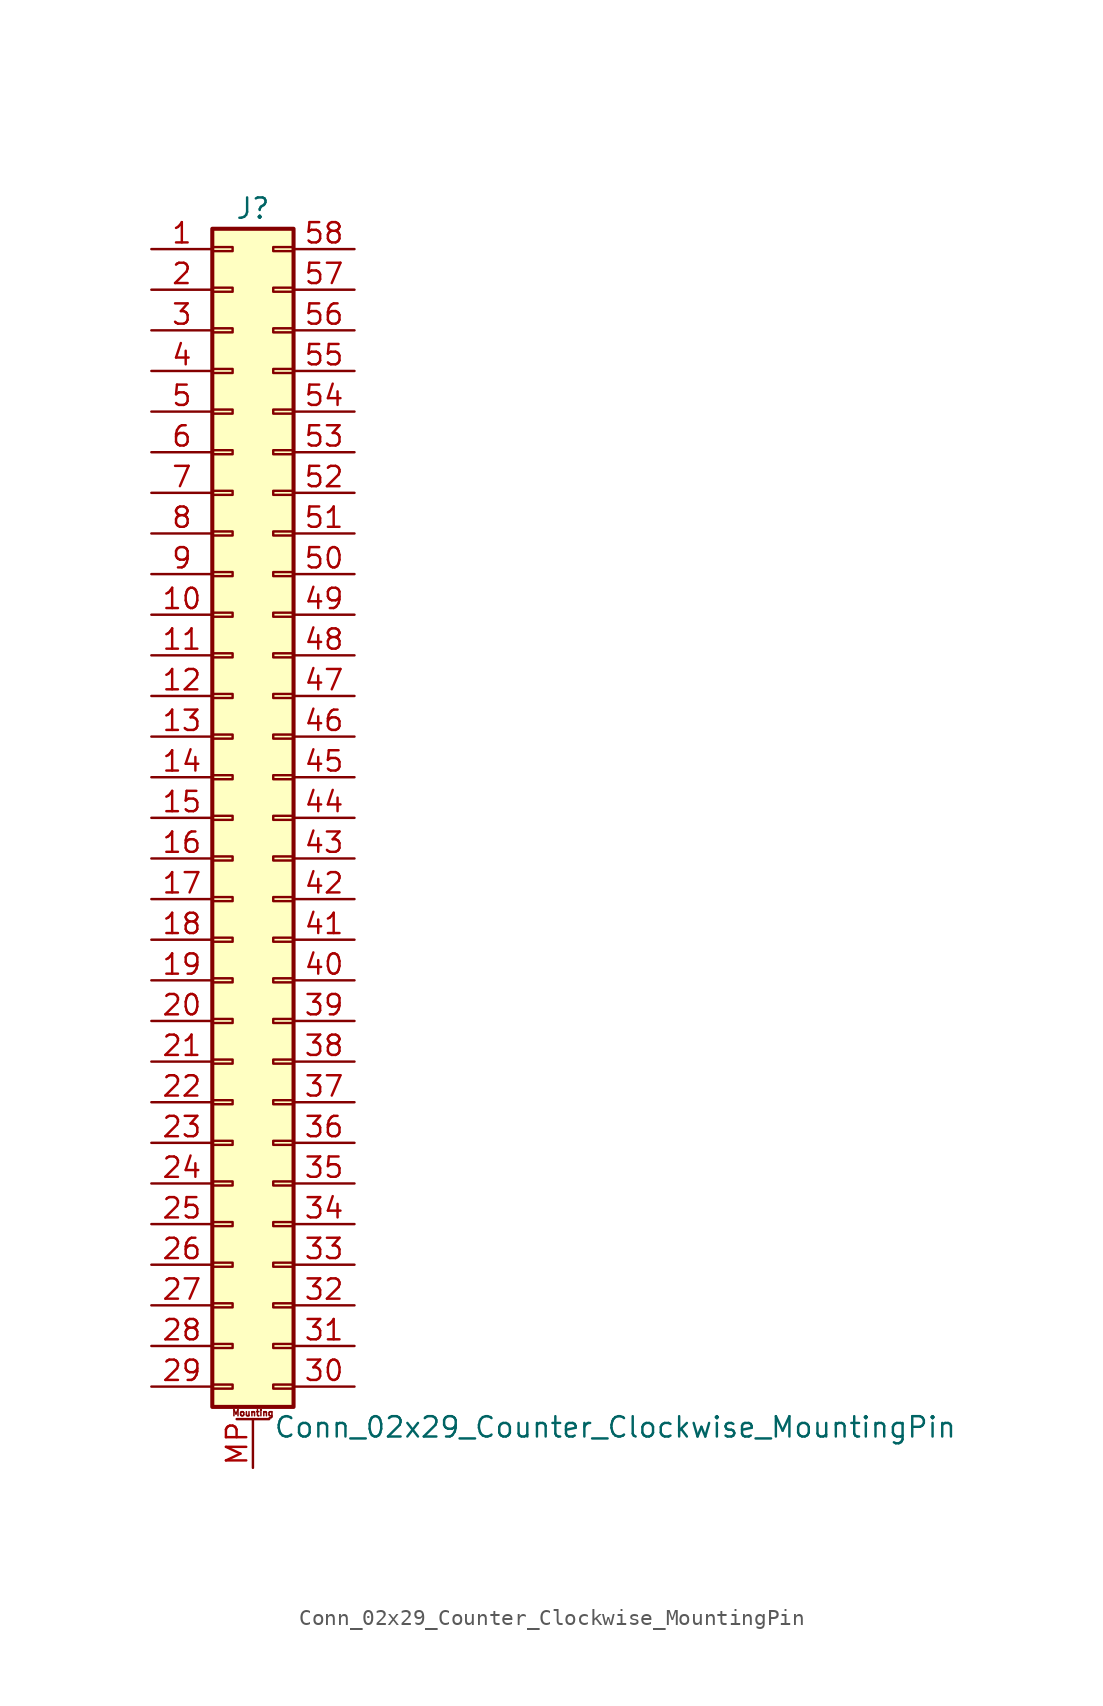
<source format=kicad_sym>
(kicad_symbol_lib
  (version 20220914)
  (generator kicad_symbol_editor)
  (symbol "Conn_02x29_Counter_Clockwise_MountingPin"
    (pin_names
      (offset 1.016) hide)
    (property "Reference" "J"
      (at 1.27 38.1 0)
      (effects (font (size 1.27 1.27))))
    (property "Value" "Conn_02x29_Counter_Clockwise_MountingPin"
      (at 2.54 -38.1 0)
      (effects (font (size 1.27 1.27)) (justify left)))
    (symbol "Conn_02x29_Counter_Clockwise_MountingPin_1_1"
      (rectangle (start -1.27 -35.433) (end 0 -35.687) (stroke (width 0.152) (type default)) (fill (type none)))
      (rectangle (start -1.27 -32.893) (end 0 -33.147) (stroke (width 0.152) (type default)) (fill (type none)))
      (rectangle (start -1.27 -30.353) (end 0 -30.607) (stroke (width 0.152) (type default)) (fill (type none)))
      (rectangle (start -1.27 -27.813) (end 0 -28.067) (stroke (width 0.152) (type default)) (fill (type none)))
      (rectangle (start -1.27 -25.273) (end 0 -25.527) (stroke (width 0.152) (type default)) (fill (type none)))
      (rectangle (start -1.27 -22.733) (end 0 -22.987) (stroke (width 0.152) (type default)) (fill (type none)))
      (rectangle (start -1.27 -20.193) (end 0 -20.447) (stroke (width 0.152) (type default)) (fill (type none)))
      (rectangle (start -1.27 -17.653) (end 0 -17.907) (stroke (width 0.152) (type default)) (fill (type none)))
      (rectangle (start -1.27 -15.113) (end 0 -15.367) (stroke (width 0.152) (type default)) (fill (type none)))
      (rectangle (start -1.27 -12.573) (end 0 -12.827) (stroke (width 0.152) (type default)) (fill (type none)))
      (rectangle (start -1.27 -10.033) (end 0 -10.287) (stroke (width 0.152) (type default)) (fill (type none)))
      (rectangle (start -1.27 -7.493) (end 0 -7.747) (stroke (width 0.152) (type default)) (fill (type none)))
      (rectangle (start -1.27 -4.953) (end 0 -5.207) (stroke (width 0.152) (type default)) (fill (type none)))
      (rectangle (start -1.27 -2.413) (end 0 -2.667) (stroke (width 0.152) (type default)) (fill (type none)))
      (rectangle (start -1.27 0.127) (end 0 -0.127) (stroke (width 0.152) (type default)) (fill (type none)))
      (rectangle (start -1.27 2.667) (end 0 2.413) (stroke (width 0.152) (type default)) (fill (type none)))
      (rectangle (start -1.27 5.207) (end 0 4.953) (stroke (width 0.152) (type default)) (fill (type none)))
      (rectangle (start -1.27 7.747) (end 0 7.493) (stroke (width 0.152) (type default)) (fill (type none)))
      (rectangle (start -1.27 10.287) (end 0 10.033) (stroke (width 0.152) (type default)) (fill (type none)))
      (rectangle (start -1.27 12.827) (end 0 12.573) (stroke (width 0.152) (type default)) (fill (type none)))
      (rectangle (start -1.27 15.367) (end 0 15.113) (stroke (width 0.152) (type default)) (fill (type none)))
      (rectangle (start -1.27 17.907) (end 0 17.653) (stroke (width 0.152) (type default)) (fill (type none)))
      (rectangle (start -1.27 20.447) (end 0 20.193) (stroke (width 0.152) (type default)) (fill (type none)))
      (rectangle (start -1.27 22.987) (end 0 22.733) (stroke (width 0.152) (type default)) (fill (type none)))
      (rectangle (start -1.27 25.527) (end 0 25.273) (stroke (width 0.152) (type default)) (fill (type none)))
      (rectangle (start -1.27 28.067) (end 0 27.813) (stroke (width 0.152) (type default)) (fill (type none)))
      (rectangle (start -1.27 30.607) (end 0 30.353) (stroke (width 0.152) (type default)) (fill (type none)))
      (rectangle (start -1.27 33.147) (end 0 32.893) (stroke (width 0.152) (type default)) (fill (type none)))
      (rectangle (start -1.27 35.687) (end 0 35.433) (stroke (width 0.152) (type default)) (fill (type none)))
      (rectangle (start -1.27 36.83) (end 3.81 -36.83) (stroke (width 0.254) (type default)) (fill (type background)))
      (polyline (pts (xy 0.254 -37.592) (xy 2.286 -37.592)) (stroke (width 0.152) (type default)) (fill (type none)))
      (rectangle (start 3.81 -35.433) (end 2.54 -35.687) (stroke (width 0.152) (type default)) (fill (type none)))
      (rectangle (start 3.81 -32.893) (end 2.54 -33.147) (stroke (width 0.152) (type default)) (fill (type none)))
      (rectangle (start 3.81 -30.353) (end 2.54 -30.607) (stroke (width 0.152) (type default)) (fill (type none)))
      (rectangle (start 3.81 -27.813) (end 2.54 -28.067) (stroke (width 0.152) (type default)) (fill (type none)))
      (rectangle (start 3.81 -25.273) (end 2.54 -25.527) (stroke (width 0.152) (type default)) (fill (type none)))
      (rectangle (start 3.81 -22.733) (end 2.54 -22.987) (stroke (width 0.152) (type default)) (fill (type none)))
      (rectangle (start 3.81 -20.193) (end 2.54 -20.447) (stroke (width 0.152) (type default)) (fill (type none)))
      (rectangle (start 3.81 -17.653) (end 2.54 -17.907) (stroke (width 0.152) (type default)) (fill (type none)))
      (rectangle (start 3.81 -15.113) (end 2.54 -15.367) (stroke (width 0.152) (type default)) (fill (type none)))
      (rectangle (start 3.81 -12.573) (end 2.54 -12.827) (stroke (width 0.152) (type default)) (fill (type none)))
      (rectangle (start 3.81 -10.033) (end 2.54 -10.287) (stroke (width 0.152) (type default)) (fill (type none)))
      (rectangle (start 3.81 -7.493) (end 2.54 -7.747) (stroke (width 0.152) (type default)) (fill (type none)))
      (rectangle (start 3.81 -4.953) (end 2.54 -5.207) (stroke (width 0.152) (type default)) (fill (type none)))
      (rectangle (start 3.81 -2.413) (end 2.54 -2.667) (stroke (width 0.152) (type default)) (fill (type none)))
      (rectangle (start 3.81 0.127) (end 2.54 -0.127) (stroke (width 0.152) (type default)) (fill (type none)))
      (rectangle (start 3.81 2.667) (end 2.54 2.413) (stroke (width 0.152) (type default)) (fill (type none)))
      (rectangle (start 3.81 5.207) (end 2.54 4.953) (stroke (width 0.152) (type default)) (fill (type none)))
      (rectangle (start 3.81 7.747) (end 2.54 7.493) (stroke (width 0.152) (type default)) (fill (type none)))
      (rectangle (start 3.81 10.287) (end 2.54 10.033) (stroke (width 0.152) (type default)) (fill (type none)))
      (rectangle (start 3.81 12.827) (end 2.54 12.573) (stroke (width 0.152) (type default)) (fill (type none)))
      (rectangle (start 3.81 15.367) (end 2.54 15.113) (stroke (width 0.152) (type default)) (fill (type none)))
      (rectangle (start 3.81 17.907) (end 2.54 17.653) (stroke (width 0.152) (type default)) (fill (type none)))
      (rectangle (start 3.81 20.447) (end 2.54 20.193) (stroke (width 0.152) (type default)) (fill (type none)))
      (rectangle (start 3.81 22.987) (end 2.54 22.733) (stroke (width 0.152) (type default)) (fill (type none)))
      (rectangle (start 3.81 25.527) (end 2.54 25.273) (stroke (width 0.152) (type default)) (fill (type none)))
      (rectangle (start 3.81 28.067) (end 2.54 27.813) (stroke (width 0.152) (type default)) (fill (type none)))
      (rectangle (start 3.81 30.607) (end 2.54 30.353) (stroke (width 0.152) (type default)) (fill (type none)))
      (rectangle (start 3.81 33.147) (end 2.54 32.893) (stroke (width 0.152) (type default)) (fill (type none)))
      (rectangle (start 3.81 35.687) (end 2.54 35.433) (stroke (width 0.152) (type default)) (fill (type none)))
      (text "Mounting" (at 1.27 -37.211 0) (effects (font (size 0.381 0.381))))
      (pin passive line (at -5.08 35.56 0) (length 3.81) (name "Pin_1" (effects (font (size 1.27 1.27)))) (number "1" (effects (font (size 1.27 1.27)))))
      (pin passive line (at -5.08 12.7 0) (length 3.81) (name "Pin_10" (effects (font (size 1.27 1.27)))) (number "10" (effects (font (size 1.27 1.27)))))
      (pin passive line (at -5.08 10.16 0) (length 3.81) (name "Pin_11" (effects (font (size 1.27 1.27)))) (number "11" (effects (font (size 1.27 1.27)))))
      (pin passive line (at -5.08 7.62 0) (length 3.81) (name "Pin_12" (effects (font (size 1.27 1.27)))) (number "12" (effects (font (size 1.27 1.27)))))
      (pin passive line (at -5.08 5.08 0) (length 3.81) (name "Pin_13" (effects (font (size 1.27 1.27)))) (number "13" (effects (font (size 1.27 1.27)))))
      (pin passive line (at -5.08 2.54 0) (length 3.81) (name "Pin_14" (effects (font (size 1.27 1.27)))) (number "14" (effects (font (size 1.27 1.27)))))
      (pin passive line (at -5.08 0 0) (length 3.81) (name "Pin_15" (effects (font (size 1.27 1.27)))) (number "15" (effects (font (size 1.27 1.27)))))
      (pin passive line (at -5.08 -2.54 0) (length 3.81) (name "Pin_16" (effects (font (size 1.27 1.27)))) (number "16" (effects (font (size 1.27 1.27)))))
      (pin passive line (at -5.08 -5.08 0) (length 3.81) (name "Pin_17" (effects (font (size 1.27 1.27)))) (number "17" (effects (font (size 1.27 1.27)))))
      (pin passive line (at -5.08 -7.62 0) (length 3.81) (name "Pin_18" (effects (font (size 1.27 1.27)))) (number "18" (effects (font (size 1.27 1.27)))))
      (pin passive line (at -5.08 -10.16 0) (length 3.81) (name "Pin_19" (effects (font (size 1.27 1.27)))) (number "19" (effects (font (size 1.27 1.27)))))
      (pin passive line (at -5.08 33.02 0) (length 3.81) (name "Pin_2" (effects (font (size 1.27 1.27)))) (number "2" (effects (font (size 1.27 1.27)))))
      (pin passive line (at -5.08 -12.7 0) (length 3.81) (name "Pin_20" (effects (font (size 1.27 1.27)))) (number "20" (effects (font (size 1.27 1.27)))))
      (pin passive line (at -5.08 -15.24 0) (length 3.81) (name "Pin_21" (effects (font (size 1.27 1.27)))) (number "21" (effects (font (size 1.27 1.27)))))
      (pin passive line (at -5.08 -17.78 0) (length 3.81) (name "Pin_22" (effects (font (size 1.27 1.27)))) (number "22" (effects (font (size 1.27 1.27)))))
      (pin passive line (at -5.08 -20.32 0) (length 3.81) (name "Pin_23" (effects (font (size 1.27 1.27)))) (number "23" (effects (font (size 1.27 1.27)))))
      (pin passive line (at -5.08 -22.86 0) (length 3.81) (name "Pin_24" (effects (font (size 1.27 1.27)))) (number "24" (effects (font (size 1.27 1.27)))))
      (pin passive line (at -5.08 -25.4 0) (length 3.81) (name "Pin_25" (effects (font (size 1.27 1.27)))) (number "25" (effects (font (size 1.27 1.27)))))
      (pin passive line (at -5.08 -27.94 0) (length 3.81) (name "Pin_26" (effects (font (size 1.27 1.27)))) (number "26" (effects (font (size 1.27 1.27)))))
      (pin passive line (at -5.08 -30.48 0) (length 3.81) (name "Pin_27" (effects (font (size 1.27 1.27)))) (number "27" (effects (font (size 1.27 1.27)))))
      (pin passive line (at -5.08 -33.02 0) (length 3.81) (name "Pin_28" (effects (font (size 1.27 1.27)))) (number "28" (effects (font (size 1.27 1.27)))))
      (pin passive line (at -5.08 -35.56 0) (length 3.81) (name "Pin_29" (effects (font (size 1.27 1.27)))) (number "29" (effects (font (size 1.27 1.27)))))
      (pin passive line (at -5.08 30.48 0) (length 3.81) (name "Pin_3" (effects (font (size 1.27 1.27)))) (number "3" (effects (font (size 1.27 1.27)))))
      (pin passive line (at 7.62 -35.56 180) (length 3.81) (name "Pin_30" (effects (font (size 1.27 1.27)))) (number "30" (effects (font (size 1.27 1.27)))))
      (pin passive line (at 7.62 -33.02 180) (length 3.81) (name "Pin_31" (effects (font (size 1.27 1.27)))) (number "31" (effects (font (size 1.27 1.27)))))
      (pin passive line (at 7.62 -30.48 180) (length 3.81) (name "Pin_32" (effects (font (size 1.27 1.27)))) (number "32" (effects (font (size 1.27 1.27)))))
      (pin passive line (at 7.62 -27.94 180) (length 3.81) (name "Pin_33" (effects (font (size 1.27 1.27)))) (number "33" (effects (font (size 1.27 1.27)))))
      (pin passive line (at 7.62 -25.4 180) (length 3.81) (name "Pin_34" (effects (font (size 1.27 1.27)))) (number "34" (effects (font (size 1.27 1.27)))))
      (pin passive line (at 7.62 -22.86 180) (length 3.81) (name "Pin_35" (effects (font (size 1.27 1.27)))) (number "35" (effects (font (size 1.27 1.27)))))
      (pin passive line (at 7.62 -20.32 180) (length 3.81) (name "Pin_36" (effects (font (size 1.27 1.27)))) (number "36" (effects (font (size 1.27 1.27)))))
      (pin passive line (at 7.62 -17.78 180) (length 3.81) (name "Pin_37" (effects (font (size 1.27 1.27)))) (number "37" (effects (font (size 1.27 1.27)))))
      (pin passive line (at 7.62 -15.24 180) (length 3.81) (name "Pin_38" (effects (font (size 1.27 1.27)))) (number "38" (effects (font (size 1.27 1.27)))))
      (pin passive line (at 7.62 -12.7 180) (length 3.81) (name "Pin_39" (effects (font (size 1.27 1.27)))) (number "39" (effects (font (size 1.27 1.27)))))
      (pin passive line (at -5.08 27.94 0) (length 3.81) (name "Pin_4" (effects (font (size 1.27 1.27)))) (number "4" (effects (font (size 1.27 1.27)))))
      (pin passive line (at 7.62 -10.16 180) (length 3.81) (name "Pin_40" (effects (font (size 1.27 1.27)))) (number "40" (effects (font (size 1.27 1.27)))))
      (pin passive line (at 7.62 -7.62 180) (length 3.81) (name "Pin_41" (effects (font (size 1.27 1.27)))) (number "41" (effects (font (size 1.27 1.27)))))
      (pin passive line (at 7.62 -5.08 180) (length 3.81) (name "Pin_42" (effects (font (size 1.27 1.27)))) (number "42" (effects (font (size 1.27 1.27)))))
      (pin passive line (at 7.62 -2.54 180) (length 3.81) (name "Pin_43" (effects (font (size 1.27 1.27)))) (number "43" (effects (font (size 1.27 1.27)))))
      (pin passive line (at 7.62 0 180) (length 3.81) (name "Pin_44" (effects (font (size 1.27 1.27)))) (number "44" (effects (font (size 1.27 1.27)))))
      (pin passive line (at 7.62 2.54 180) (length 3.81) (name "Pin_45" (effects (font (size 1.27 1.27)))) (number "45" (effects (font (size 1.27 1.27)))))
      (pin passive line (at 7.62 5.08 180) (length 3.81) (name "Pin_46" (effects (font (size 1.27 1.27)))) (number "46" (effects (font (size 1.27 1.27)))))
      (pin passive line (at 7.62 7.62 180) (length 3.81) (name "Pin_47" (effects (font (size 1.27 1.27)))) (number "47" (effects (font (size 1.27 1.27)))))
      (pin passive line (at 7.62 10.16 180) (length 3.81) (name "Pin_48" (effects (font (size 1.27 1.27)))) (number "48" (effects (font (size 1.27 1.27)))))
      (pin passive line (at 7.62 12.7 180) (length 3.81) (name "Pin_49" (effects (font (size 1.27 1.27)))) (number "49" (effects (font (size 1.27 1.27)))))
      (pin passive line (at -5.08 25.4 0) (length 3.81) (name "Pin_5" (effects (font (size 1.27 1.27)))) (number "5" (effects (font (size 1.27 1.27)))))
      (pin passive line (at 7.62 15.24 180) (length 3.81) (name "Pin_50" (effects (font (size 1.27 1.27)))) (number "50" (effects (font (size 1.27 1.27)))))
      (pin passive line (at 7.62 17.78 180) (length 3.81) (name "Pin_51" (effects (font (size 1.27 1.27)))) (number "51" (effects (font (size 1.27 1.27)))))
      (pin passive line (at 7.62 20.32 180) (length 3.81) (name "Pin_52" (effects (font (size 1.27 1.27)))) (number "52" (effects (font (size 1.27 1.27)))))
      (pin passive line (at 7.62 22.86 180) (length 3.81) (name "Pin_53" (effects (font (size 1.27 1.27)))) (number "53" (effects (font (size 1.27 1.27)))))
      (pin passive line (at 7.62 25.4 180) (length 3.81) (name "Pin_54" (effects (font (size 1.27 1.27)))) (number "54" (effects (font (size 1.27 1.27)))))
      (pin passive line (at 7.62 27.94 180) (length 3.81) (name "Pin_55" (effects (font (size 1.27 1.27)))) (number "55" (effects (font (size 1.27 1.27)))))
      (pin passive line (at 7.62 30.48 180) (length 3.81) (name "Pin_56" (effects (font (size 1.27 1.27)))) (number "56" (effects (font (size 1.27 1.27)))))
      (pin passive line (at 7.62 33.02 180) (length 3.81) (name "Pin_57" (effects (font (size 1.27 1.27)))) (number "57" (effects (font (size 1.27 1.27)))))
      (pin passive line (at 7.62 35.56 180) (length 3.81) (name "Pin_58" (effects (font (size 1.27 1.27)))) (number "58" (effects (font (size 1.27 1.27)))))
      (pin passive line (at -5.08 22.86 0) (length 3.81) (name "Pin_6" (effects (font (size 1.27 1.27)))) (number "6" (effects (font (size 1.27 1.27)))))
      (pin passive line (at -5.08 20.32 0) (length 3.81) (name "Pin_7" (effects (font (size 1.27 1.27)))) (number "7" (effects (font (size 1.27 1.27)))))
      (pin passive line (at -5.08 17.78 0) (length 3.81) (name "Pin_8" (effects (font (size 1.27 1.27)))) (number "8" (effects (font (size 1.27 1.27)))))
      (pin passive line (at -5.08 15.24 0) (length 3.81) (name "Pin_9" (effects (font (size 1.27 1.27)))) (number "9" (effects (font (size 1.27 1.27)))))
      (pin passive line (at 1.27 -40.64 90) (length 3.048) (name "MountPin" (effects (font (size 1.27 1.27)))) (number "MP" (effects (font (size 1.27 1.27))))))))
</source>
